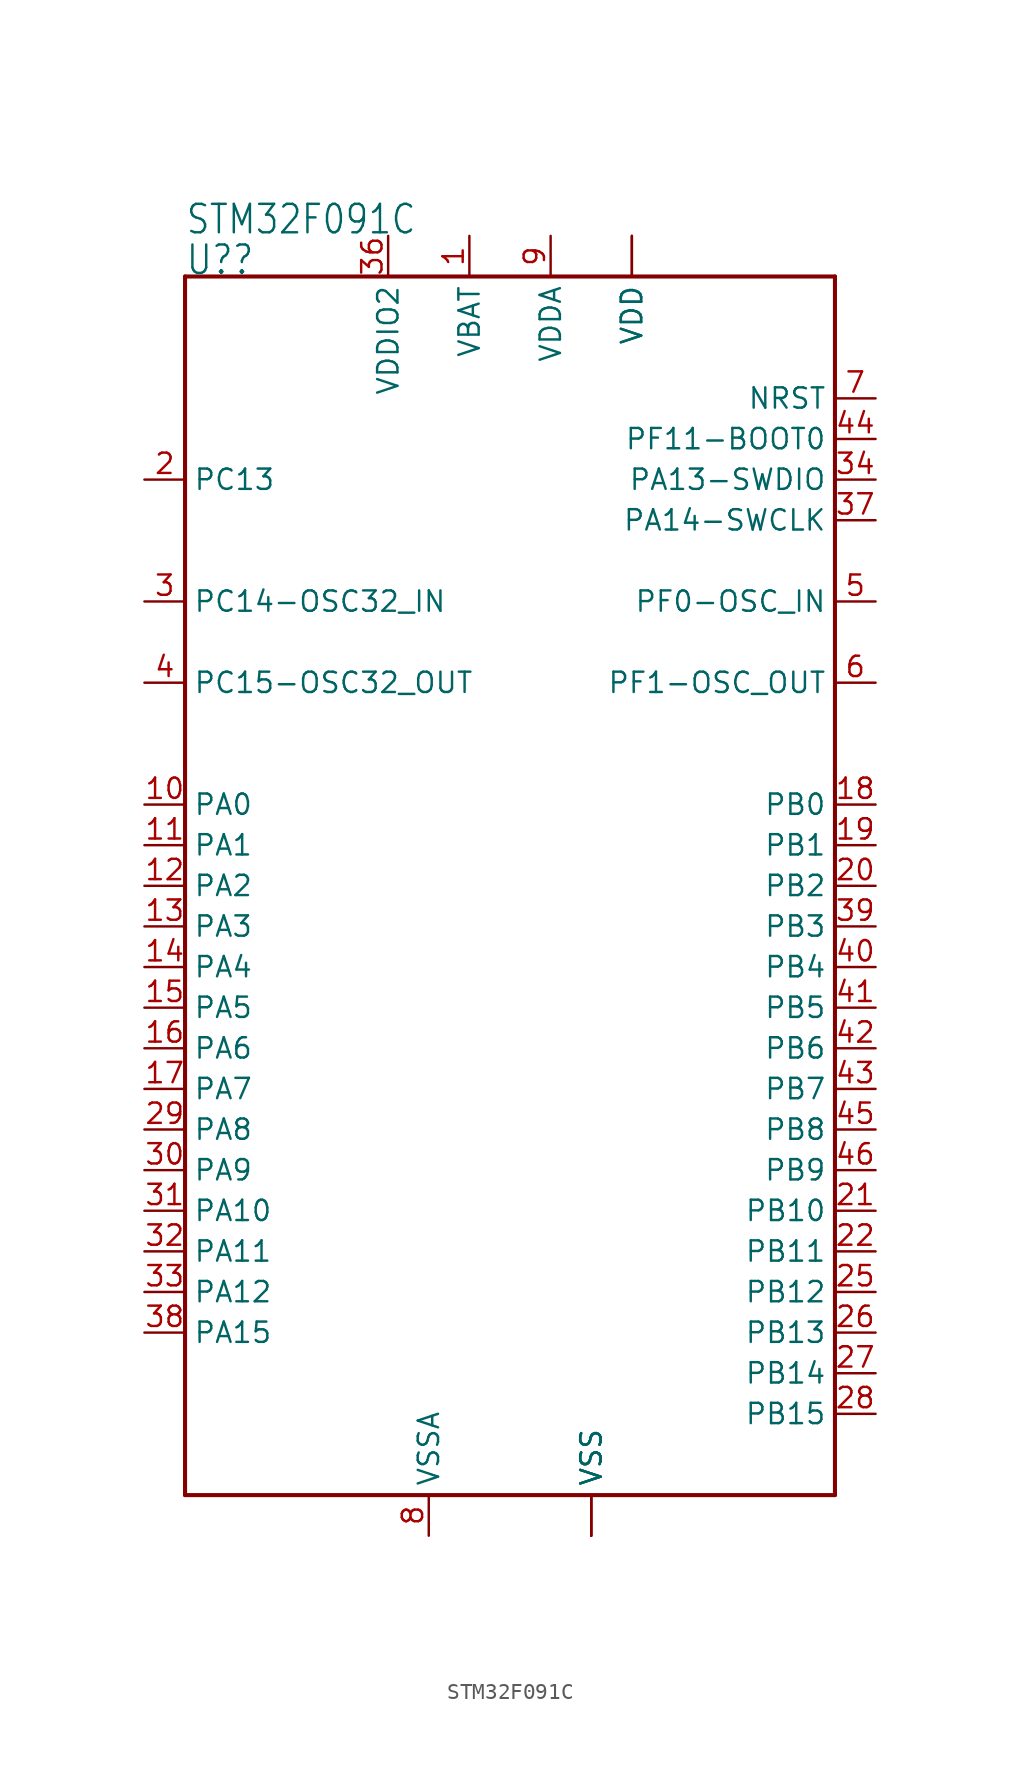
<source format=kicad_sym>
(kicad_symbol_lib
  (version 20211014)
  (generator kicad_symbol_editor)
  (symbol "STM32F091C"
    (property "Reference" "U?"
      (at -20.32 38.1 0)
      (effects (font (size 1.778 1.511)) (justify left bottom)))
    (property "Value" "STM32F091C"
      (at -20.32 40.64 0)
      (effects (font (size 1.778 1.511)) (justify left bottom)))
    (symbol "STM32F091C_1_0"
      (polyline (pts (xy -20.32 -38.1) (xy -20.32 38.1)) (stroke (width 0.254) (type default) (color 0 0 0 0)) (fill (type none)))
      (polyline (pts (xy -20.32 38.1) (xy 20.32 38.1)) (stroke (width 0.254) (type default) (color 0 0 0 0)) (fill (type none)))
      (polyline (pts (xy 20.32 -38.1) (xy -20.32 -38.1)) (stroke (width 0.254) (type default) (color 0 0 0 0)) (fill (type none)))
      (polyline (pts (xy 20.32 38.1) (xy 20.32 -38.1)) (stroke (width 0.254) (type default) (color 0 0 0 0)) (fill (type none)))
      (pin power_in line (at -2.54 40.64 270) (length 2.54) (name "VBAT" (effects (font (size 1.27 1.27)))) (number "1" (effects (font (size 1.27 1.27)))))
      (pin bidirectional line (at -22.86 5.08 0) (length 2.54) (name "PA0" (effects (font (size 1.27 1.27)))) (number "10" (effects (font (size 1.27 1.27)))))
      (pin bidirectional line (at -22.86 2.54 0) (length 2.54) (name "PA1" (effects (font (size 1.27 1.27)))) (number "11" (effects (font (size 1.27 1.27)))))
      (pin bidirectional line (at -22.86 0 0) (length 2.54) (name "PA2" (effects (font (size 1.27 1.27)))) (number "12" (effects (font (size 1.27 1.27)))))
      (pin bidirectional line (at -22.86 -2.54 0) (length 2.54) (name "PA3" (effects (font (size 1.27 1.27)))) (number "13" (effects (font (size 1.27 1.27)))))
      (pin bidirectional line (at -22.86 -5.08 0) (length 2.54) (name "PA4" (effects (font (size 1.27 1.27)))) (number "14" (effects (font (size 1.27 1.27)))))
      (pin bidirectional line (at -22.86 -7.62 0) (length 2.54) (name "PA5" (effects (font (size 1.27 1.27)))) (number "15" (effects (font (size 1.27 1.27)))))
      (pin bidirectional line (at -22.86 -10.16 0) (length 2.54) (name "PA6" (effects (font (size 1.27 1.27)))) (number "16" (effects (font (size 1.27 1.27)))))
      (pin bidirectional line (at -22.86 -12.7 0) (length 2.54) (name "PA7" (effects (font (size 1.27 1.27)))) (number "17" (effects (font (size 1.27 1.27)))))
      (pin bidirectional line (at 22.86 5.08 180) (length 2.54) (name "PB0" (effects (font (size 1.27 1.27)))) (number "18" (effects (font (size 1.27 1.27)))))
      (pin bidirectional line (at 22.86 2.54 180) (length 2.54) (name "PB1" (effects (font (size 1.27 1.27)))) (number "19" (effects (font (size 1.27 1.27)))))
      (pin bidirectional line (at -22.86 25.4 0) (length 2.54) (name "PC13" (effects (font (size 1.27 1.27)))) (number "2" (effects (font (size 1.27 1.27)))))
      (pin bidirectional line (at 22.86 0 180) (length 2.54) (name "PB2" (effects (font (size 1.27 1.27)))) (number "20" (effects (font (size 1.27 1.27)))))
      (pin bidirectional line (at 22.86 -20.32 180) (length 2.54) (name "PB10" (effects (font (size 1.27 1.27)))) (number "21" (effects (font (size 1.27 1.27)))))
      (pin bidirectional line (at 22.86 -22.86 180) (length 2.54) (name "PB11" (effects (font (size 1.27 1.27)))) (number "22" (effects (font (size 1.27 1.27)))))
      (pin power_in line (at 5.08 -40.64 90) (length 2.54) (name "VSS" (effects (font (size 1.27 1.27)))) (number "23" (effects (font (size 0 0)))))
      (pin power_in line (at 7.62 40.64 270) (length 2.54) (name "VDD" (effects (font (size 1.27 1.27)))) (number "24" (effects (font (size 0 0)))))
      (pin bidirectional line (at 22.86 -25.4 180) (length 2.54) (name "PB12" (effects (font (size 1.27 1.27)))) (number "25" (effects (font (size 1.27 1.27)))))
      (pin bidirectional line (at 22.86 -27.94 180) (length 2.54) (name "PB13" (effects (font (size 1.27 1.27)))) (number "26" (effects (font (size 1.27 1.27)))))
      (pin bidirectional line (at 22.86 -30.48 180) (length 2.54) (name "PB14" (effects (font (size 1.27 1.27)))) (number "27" (effects (font (size 1.27 1.27)))))
      (pin bidirectional line (at 22.86 -33.02 180) (length 2.54) (name "PB15" (effects (font (size 1.27 1.27)))) (number "28" (effects (font (size 1.27 1.27)))))
      (pin bidirectional line (at -22.86 -15.24 0) (length 2.54) (name "PA8" (effects (font (size 1.27 1.27)))) (number "29" (effects (font (size 1.27 1.27)))))
      (pin bidirectional line (at -22.86 17.78 0) (length 2.54) (name "PC14-OSC32_IN" (effects (font (size 1.27 1.27)))) (number "3" (effects (font (size 1.27 1.27)))))
      (pin bidirectional line (at -22.86 -17.78 0) (length 2.54) (name "PA9" (effects (font (size 1.27 1.27)))) (number "30" (effects (font (size 1.27 1.27)))))
      (pin bidirectional line (at -22.86 -20.32 0) (length 2.54) (name "PA10" (effects (font (size 1.27 1.27)))) (number "31" (effects (font (size 1.27 1.27)))))
      (pin bidirectional line (at -22.86 -22.86 0) (length 2.54) (name "PA11" (effects (font (size 1.27 1.27)))) (number "32" (effects (font (size 1.27 1.27)))))
      (pin bidirectional line (at -22.86 -25.4 0) (length 2.54) (name "PA12" (effects (font (size 1.27 1.27)))) (number "33" (effects (font (size 1.27 1.27)))))
      (pin bidirectional line (at 22.86 25.4 180) (length 2.54) (name "PA13-SWDIO" (effects (font (size 1.27 1.27)))) (number "34" (effects (font (size 1.27 1.27)))))
      (pin power_in line (at 5.08 -40.64 90) (length 2.54) (name "VSS" (effects (font (size 1.27 1.27)))) (number "35" (effects (font (size 0 0)))))
      (pin power_in line (at -7.62 40.64 270) (length 2.54) (name "VDDIO2" (effects (font (size 1.27 1.27)))) (number "36" (effects (font (size 1.27 1.27)))))
      (pin bidirectional line (at 22.86 22.86 180) (length 2.54) (name "PA14-SWCLK" (effects (font (size 1.27 1.27)))) (number "37" (effects (font (size 1.27 1.27)))))
      (pin bidirectional line (at -22.86 -27.94 0) (length 2.54) (name "PA15" (effects (font (size 1.27 1.27)))) (number "38" (effects (font (size 1.27 1.27)))))
      (pin bidirectional line (at 22.86 -2.54 180) (length 2.54) (name "PB3" (effects (font (size 1.27 1.27)))) (number "39" (effects (font (size 1.27 1.27)))))
      (pin bidirectional line (at -22.86 12.7 0) (length 2.54) (name "PC15-OSC32_OUT" (effects (font (size 1.27 1.27)))) (number "4" (effects (font (size 1.27 1.27)))))
      (pin bidirectional line (at 22.86 -5.08 180) (length 2.54) (name "PB4" (effects (font (size 1.27 1.27)))) (number "40" (effects (font (size 1.27 1.27)))))
      (pin bidirectional line (at 22.86 -7.62 180) (length 2.54) (name "PB5" (effects (font (size 1.27 1.27)))) (number "41" (effects (font (size 1.27 1.27)))))
      (pin bidirectional line (at 22.86 -10.16 180) (length 2.54) (name "PB6" (effects (font (size 1.27 1.27)))) (number "42" (effects (font (size 1.27 1.27)))))
      (pin bidirectional line (at 22.86 -12.7 180) (length 2.54) (name "PB7" (effects (font (size 1.27 1.27)))) (number "43" (effects (font (size 1.27 1.27)))))
      (pin bidirectional line (at 22.86 27.94 180) (length 2.54) (name "PF11-BOOT0" (effects (font (size 1.27 1.27)))) (number "44" (effects (font (size 1.27 1.27)))))
      (pin bidirectional line (at 22.86 -15.24 180) (length 2.54) (name "PB8" (effects (font (size 1.27 1.27)))) (number "45" (effects (font (size 1.27 1.27)))))
      (pin bidirectional line (at 22.86 -17.78 180) (length 2.54) (name "PB9" (effects (font (size 1.27 1.27)))) (number "46" (effects (font (size 1.27 1.27)))))
      (pin power_in line (at 5.08 -40.64 90) (length 2.54) (name "VSS" (effects (font (size 1.27 1.27)))) (number "47" (effects (font (size 0 0)))))
      (pin power_in line (at 7.62 40.64 270) (length 2.54) (name "VDD" (effects (font (size 1.27 1.27)))) (number "48" (effects (font (size 0 0)))))
      (pin bidirectional line (at 22.86 17.78 180) (length 2.54) (name "PF0-OSC_IN" (effects (font (size 1.27 1.27)))) (number "5" (effects (font (size 1.27 1.27)))))
      (pin bidirectional line (at 22.86 12.7 180) (length 2.54) (name "PF1-OSC_OUT" (effects (font (size 1.27 1.27)))) (number "6" (effects (font (size 1.27 1.27)))))
      (pin bidirectional line (at 22.86 30.48 180) (length 2.54) (name "NRST" (effects (font (size 1.27 1.27)))) (number "7" (effects (font (size 1.27 1.27)))))
      (pin power_in line (at -5.08 -40.64 90) (length 2.54) (name "VSSA" (effects (font (size 1.27 1.27)))) (number "8" (effects (font (size 1.27 1.27)))))
      (pin power_in line (at 2.54 40.64 270) (length 2.54) (name "VDDA" (effects (font (size 1.27 1.27)))) (number "9" (effects (font (size 1.27 1.27))))))))
</source>
